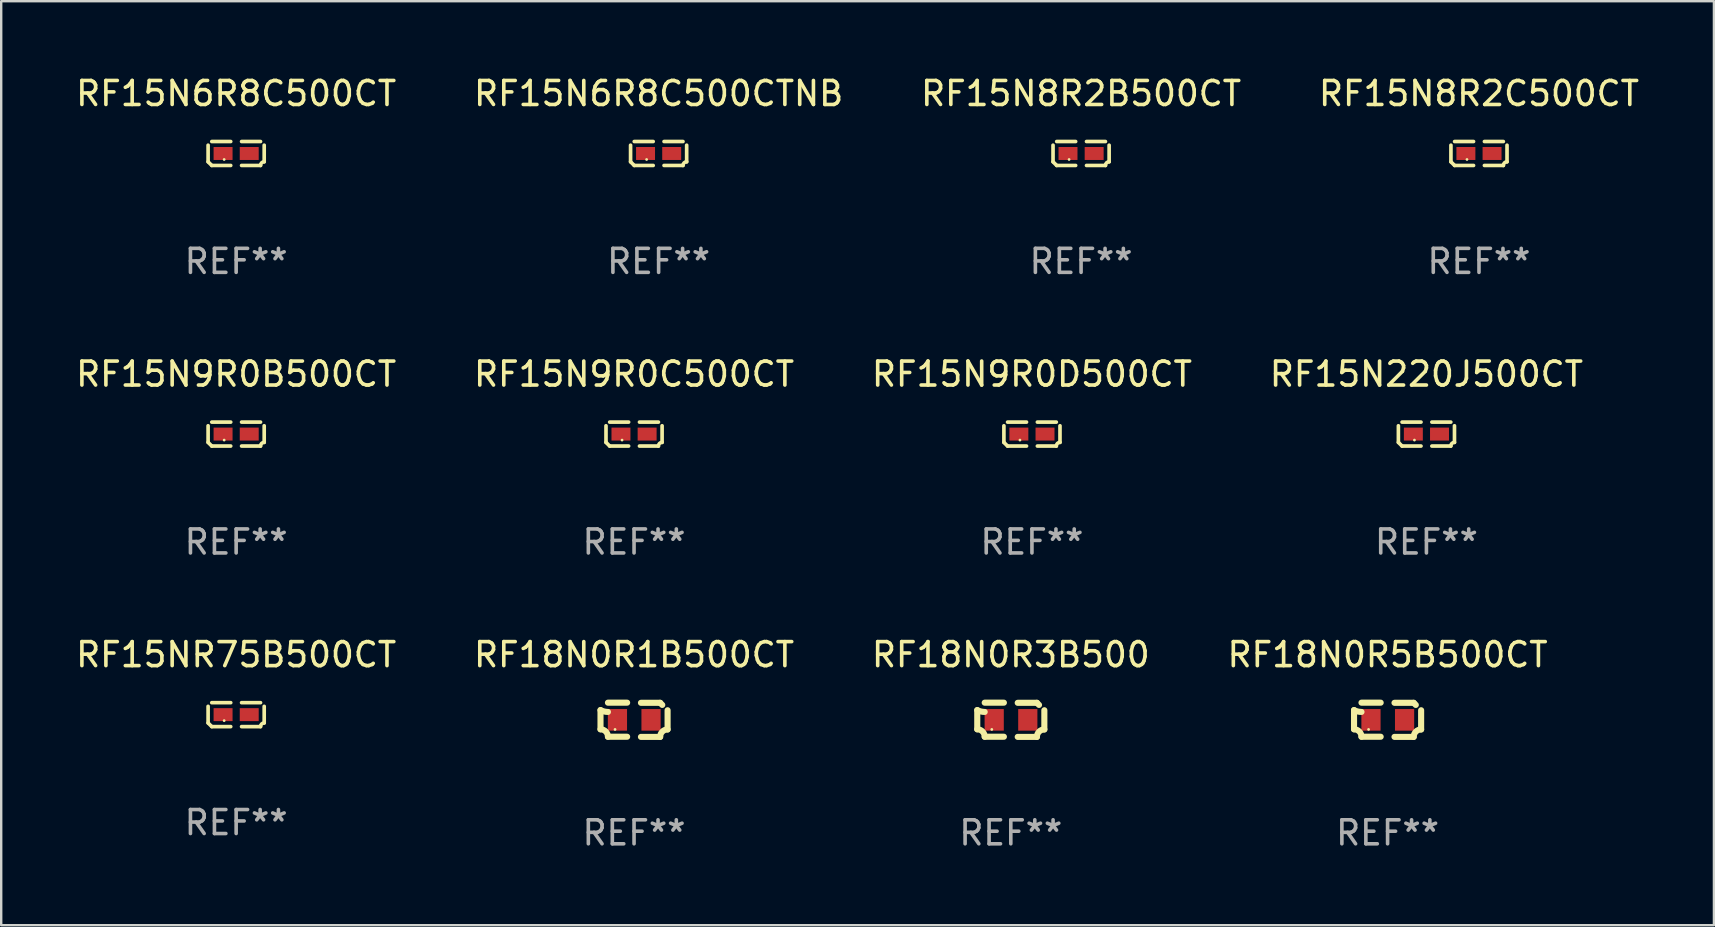
<source format=kicad_pcb>
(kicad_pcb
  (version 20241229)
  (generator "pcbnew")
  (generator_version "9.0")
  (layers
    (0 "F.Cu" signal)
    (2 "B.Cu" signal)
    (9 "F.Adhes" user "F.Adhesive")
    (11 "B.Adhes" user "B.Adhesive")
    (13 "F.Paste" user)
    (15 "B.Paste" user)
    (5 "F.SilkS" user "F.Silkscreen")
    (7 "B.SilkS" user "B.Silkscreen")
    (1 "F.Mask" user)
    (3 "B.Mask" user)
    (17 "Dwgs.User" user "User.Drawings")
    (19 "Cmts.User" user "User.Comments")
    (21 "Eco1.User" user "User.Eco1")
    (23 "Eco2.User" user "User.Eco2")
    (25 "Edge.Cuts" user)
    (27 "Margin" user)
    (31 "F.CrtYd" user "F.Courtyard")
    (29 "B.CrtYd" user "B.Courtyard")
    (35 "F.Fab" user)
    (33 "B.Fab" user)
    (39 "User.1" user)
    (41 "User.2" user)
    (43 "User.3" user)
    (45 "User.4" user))
  (footprint "RF15N9R0C500CT"
    (layer "F.Cu")
    (at 23.375 15.041)
    (property "Reference" "RF15N9R0C500CT" (at 0 -2.499 0) (layer "F.SilkS") (effects (font (size 1 1) (thickness 0.15))))
    (attr through_hole)
    (fp_line (start -1.169 0.346) (end -1.169 -0.346) (stroke (width 0.152) (type solid)) (layer "F.SilkS"))
    (fp_line (start -1.016 -0.499) (end -0.226 -0.499) (stroke (width 0.152) (type solid)) (layer "F.SilkS"))
    (fp_line (start -0.226 0.499) (end -1.016 0.499) (stroke (width 0.152) (type solid)) (layer "F.SilkS"))
    (fp_line (start 0.226 0.499) (end 1.016 0.499) (stroke (width 0.152) (type solid)) (layer "F.SilkS"))
    (fp_line (start 1.016 -0.499) (end 0.226 -0.499) (stroke (width 0.152) (type solid)) (layer "F.SilkS"))
    (fp_line (start 1.169 0.346) (end 1.169 -0.346) (stroke (width 0.152) (type solid)) (layer "F.SilkS"))
    (fp_arc (start -1.016307 0.498603) (mid -1.092512 0.422405) (end -1.16871 0.3462) (stroke (width 0.1524) (type solid)) (layer "F.SilkS"))
    (fp_arc (start 1.016307 0.498603) (mid 1.060899 0.390758) (end 1.168707 0.346076) (stroke (width 0.1524) (type solid)) (layer "F.SilkS"))
    (fp_circle (center -0.5 0.25) (end -0.47 0.25) (stroke (width 0.06) (type solid)) (fill no) (layer "F.SilkS"))
    (fp_text user "REF**" (at 0 4.499 0) (layer "F.Fab") (effects (font (size 1 1) (thickness 0.15))))
    (pad "1" smd rect (at -0.545 0) (size 0.79 0.54) (layers "F.Cu" "F.Mask" "F.Paste"))
    (pad "2" smd rect (at 0.545 0) (size 0.79 0.54) (layers "F.Cu" "F.Mask" "F.Paste")))
  (footprint "RF18N0R1B500CT"
    (layer "F.Cu")
    (at 23.375 26.948)
    (property "Reference" "RF18N0R1B500CT" (at 0 -2.713 0) (layer "F.SilkS") (effects (font (size 1 1) (thickness 0.15))))
    (attr through_hole)
    (fp_line (start -1.398 -0.403) (end -1.398 0.397) (stroke (width 0.254) (type solid)) (layer "F.SilkS"))
    (fp_line (start -0.288 -0.713) (end -1.088 -0.713) (stroke (width 0.254) (type solid)) (layer "F.SilkS"))
    (fp_line (start -0.288 0.707) (end -1.088 0.707) (stroke (width 0.254) (type solid)) (layer "F.SilkS"))
    (fp_line (start 0.288 -0.707) (end 1.088 -0.707) (stroke (width 0.254) (type solid)) (layer "F.SilkS"))
    (fp_line (start 0.288 0.713) (end 1.088 0.713) (stroke (width 0.254) (type solid)) (layer "F.SilkS"))
    (fp_line (start 1.398 -0.397) (end 1.398 0.403) (stroke (width 0.254) (type solid)) (layer "F.SilkS"))
    (fp_arc (start -1.397789 0.397066) (mid -1.178701 0.487826) (end -1.08796 0.706922) (stroke (width 0.254001) (type solid)) (layer "F.SilkS"))
    (fp_arc (start -1.08796 -0.327176) (mid -1.247436 -0.346384) (end -1.39779 -0.402908) (stroke (width 0.254001) (type solid)) (layer "F.SilkS"))
    (fp_arc (start 1.087909 0.712738) (mid 1.178656 0.493655) (end 1.397739 0.402908) (stroke (width 0.254001) (type solid)) (layer "F.SilkS"))
    (fp_arc (start 1.175925 -0.618926) (mid 1.131917 -0.662923) (end 1.08791 -0.706922) (stroke (width 0.254001) (type solid)) (layer "F.SilkS"))
    (fp_circle (center -0.792 0.403) (end -0.762 0.403) (stroke (width 0.06) (type solid)) (fill no) (layer "F.SilkS"))
    (fp_text user "REF**" (at 0 4.713 0) (layer "F.Fab") (effects (font (size 1 1) (thickness 0.15))))
    (pad "1" smd rect (at -0.692 0.003) (size 0.8 0.9) (layers "F.Cu" "F.Mask" "F.Paste"))
    (pad "2" smd rect (at 0.708 0.003) (size 0.8 0.9) (layers "F.Cu" "F.Mask" "F.Paste")))
  (footprint "RF15NR75B500CT"
    (layer "F.Cu")
    (at 6.792 26.734)
    (property "Reference" "RF15NR75B500CT" (at 0 -2.499 0) (layer "F.SilkS") (effects (font (size 1 1) (thickness 0.15))))
    (attr through_hole)
    (fp_line (start -1.169 0.346) (end -1.169 -0.346) (stroke (width 0.152) (type solid)) (layer "F.SilkS"))
    (fp_line (start -1.016 -0.499) (end -0.226 -0.499) (stroke (width 0.152) (type solid)) (layer "F.SilkS"))
    (fp_line (start -0.226 0.499) (end -1.016 0.499) (stroke (width 0.152) (type solid)) (layer "F.SilkS"))
    (fp_line (start 0.226 0.499) (end 1.016 0.499) (stroke (width 0.152) (type solid)) (layer "F.SilkS"))
    (fp_line (start 1.016 -0.499) (end 0.226 -0.499) (stroke (width 0.152) (type solid)) (layer "F.SilkS"))
    (fp_line (start 1.169 0.346) (end 1.169 -0.346) (stroke (width 0.152) (type solid)) (layer "F.SilkS"))
    (fp_arc (start -1.016307 0.498603) (mid -1.092512 0.422405) (end -1.16871 0.3462) (stroke (width 0.1524) (type solid)) (layer "F.SilkS"))
    (fp_arc (start 1.016307 0.498603) (mid 1.060899 0.390758) (end 1.168707 0.346076) (stroke (width 0.1524) (type solid)) (layer "F.SilkS"))
    (fp_circle (center -0.5 0.25) (end -0.47 0.25) (stroke (width 0.06) (type solid)) (fill no) (layer "F.SilkS"))
    (fp_text user "REF**" (at 0 4.499 0) (layer "F.Fab") (effects (font (size 1 1) (thickness 0.15))))
    (pad "1" smd rect (at -0.545 0) (size 0.79 0.54) (layers "F.Cu" "F.Mask" "F.Paste"))
    (pad "2" smd rect (at 0.545 0) (size 0.79 0.54) (layers "F.Cu" "F.Mask" "F.Paste")))
  (footprint "RF15N220J500CT"
    (layer "F.Cu")
    (at 56.399 15.041)
    (property "Reference" "RF15N220J500CT" (at 0 -2.499 0) (layer "F.SilkS") (effects (font (size 1 1) (thickness 0.15))))
    (attr through_hole)
    (fp_line (start -1.169 0.346) (end -1.169 -0.346) (stroke (width 0.152) (type solid)) (layer "F.SilkS"))
    (fp_line (start -1.016 -0.499) (end -0.226 -0.499) (stroke (width 0.152) (type solid)) (layer "F.SilkS"))
    (fp_line (start -0.226 0.499) (end -1.016 0.499) (stroke (width 0.152) (type solid)) (layer "F.SilkS"))
    (fp_line (start 0.226 0.499) (end 1.016 0.499) (stroke (width 0.152) (type solid)) (layer "F.SilkS"))
    (fp_line (start 1.016 -0.499) (end 0.226 -0.499) (stroke (width 0.152) (type solid)) (layer "F.SilkS"))
    (fp_line (start 1.169 0.346) (end 1.169 -0.346) (stroke (width 0.152) (type solid)) (layer "F.SilkS"))
    (fp_arc (start -1.016307 0.498603) (mid -1.092512 0.422405) (end -1.16871 0.3462) (stroke (width 0.1524) (type solid)) (layer "F.SilkS"))
    (fp_arc (start 1.016307 0.498603) (mid 1.060899 0.390758) (end 1.168707 0.346076) (stroke (width 0.1524) (type solid)) (layer "F.SilkS"))
    (fp_circle (center -0.5 0.25) (end -0.47 0.25) (stroke (width 0.06) (type solid)) (fill no) (layer "F.SilkS"))
    (fp_text user "REF**" (at 0 4.499 0) (layer "F.Fab") (effects (font (size 1 1) (thickness 0.15))))
    (pad "1" smd rect (at -0.545 0) (size 0.79 0.54) (layers "F.Cu" "F.Mask" "F.Paste"))
    (pad "2" smd rect (at 0.545 0) (size 0.79 0.54) (layers "F.Cu" "F.Mask" "F.Paste")))
  (footprint "RF15N9R0D500CT"
    (layer "F.Cu")
    (at 39.958 15.041)
    (property "Reference" "RF15N9R0D500CT" (at 0 -2.499 0) (layer "F.SilkS") (effects (font (size 1 1) (thickness 0.15))))
    (attr through_hole)
    (fp_line (start -1.169 0.346) (end -1.169 -0.346) (stroke (width 0.152) (type solid)) (layer "F.SilkS"))
    (fp_line (start -1.016 -0.499) (end -0.226 -0.499) (stroke (width 0.152) (type solid)) (layer "F.SilkS"))
    (fp_line (start -0.226 0.499) (end -1.016 0.499) (stroke (width 0.152) (type solid)) (layer "F.SilkS"))
    (fp_line (start 0.226 0.499) (end 1.016 0.499) (stroke (width 0.152) (type solid)) (layer "F.SilkS"))
    (fp_line (start 1.016 -0.499) (end 0.226 -0.499) (stroke (width 0.152) (type solid)) (layer "F.SilkS"))
    (fp_line (start 1.169 0.346) (end 1.169 -0.346) (stroke (width 0.152) (type solid)) (layer "F.SilkS"))
    (fp_arc (start -1.016307 0.498603) (mid -1.092512 0.422405) (end -1.16871 0.3462) (stroke (width 0.1524) (type solid)) (layer "F.SilkS"))
    (fp_arc (start 1.016307 0.498603) (mid 1.060899 0.390758) (end 1.168707 0.346076) (stroke (width 0.1524) (type solid)) (layer "F.SilkS"))
    (fp_circle (center -0.5 0.25) (end -0.47 0.25) (stroke (width 0.06) (type solid)) (fill no) (layer "F.SilkS"))
    (fp_text user "REF**" (at 0 4.499 0) (layer "F.Fab") (effects (font (size 1 1) (thickness 0.15))))
    (pad "1" smd rect (at -0.545 0) (size 0.79 0.54) (layers "F.Cu" "F.Mask" "F.Paste"))
    (pad "2" smd rect (at 0.545 0) (size 0.79 0.54) (layers "F.Cu" "F.Mask" "F.Paste")))
  (footprint "RF15N8R2C500CT"
    (layer "F.Cu")
    (at 58.589 3.347)
    (property "Reference" "RF15N8R2C500CT" (at 0 -2.499 0) (layer "F.SilkS") (effects (font (size 1 1) (thickness 0.15))))
    (attr through_hole)
    (fp_line (start -1.169 0.346) (end -1.169 -0.346) (stroke (width 0.152) (type solid)) (layer "F.SilkS"))
    (fp_line (start -1.016 -0.499) (end -0.226 -0.499) (stroke (width 0.152) (type solid)) (layer "F.SilkS"))
    (fp_line (start -0.226 0.499) (end -1.016 0.499) (stroke (width 0.152) (type solid)) (layer "F.SilkS"))
    (fp_line (start 0.226 0.499) (end 1.016 0.499) (stroke (width 0.152) (type solid)) (layer "F.SilkS"))
    (fp_line (start 1.016 -0.499) (end 0.226 -0.499) (stroke (width 0.152) (type solid)) (layer "F.SilkS"))
    (fp_line (start 1.169 0.346) (end 1.169 -0.346) (stroke (width 0.152) (type solid)) (layer "F.SilkS"))
    (fp_arc (start -1.016307 0.498603) (mid -1.092512 0.422405) (end -1.16871 0.3462) (stroke (width 0.1524) (type solid)) (layer "F.SilkS"))
    (fp_arc (start 1.016307 0.498603) (mid 1.060899 0.390758) (end 1.168707 0.346076) (stroke (width 0.1524) (type solid)) (layer "F.SilkS"))
    (fp_circle (center -0.5 0.25) (end -0.47 0.25) (stroke (width 0.06) (type solid)) (fill no) (layer "F.SilkS"))
    (fp_text user "REF**" (at 0 4.499 0) (layer "F.Fab") (effects (font (size 1 1) (thickness 0.15))))
    (pad "1" smd rect (at -0.545 0) (size 0.79 0.54) (layers "F.Cu" "F.Mask" "F.Paste"))
    (pad "2" smd rect (at 0.545 0) (size 0.79 0.54) (layers "F.Cu" "F.Mask" "F.Paste")))
  (footprint "RF15N8R2B500CT"
    (layer "F.Cu")
    (at 42.006 3.347)
    (property "Reference" "RF15N8R2B500CT" (at 0 -2.499 0) (layer "F.SilkS") (effects (font (size 1 1) (thickness 0.15))))
    (attr through_hole)
    (fp_line (start -1.169 0.346) (end -1.169 -0.346) (stroke (width 0.152) (type solid)) (layer "F.SilkS"))
    (fp_line (start -1.016 -0.499) (end -0.226 -0.499) (stroke (width 0.152) (type solid)) (layer "F.SilkS"))
    (fp_line (start -0.226 0.499) (end -1.016 0.499) (stroke (width 0.152) (type solid)) (layer "F.SilkS"))
    (fp_line (start 0.226 0.499) (end 1.016 0.499) (stroke (width 0.152) (type solid)) (layer "F.SilkS"))
    (fp_line (start 1.016 -0.499) (end 0.226 -0.499) (stroke (width 0.152) (type solid)) (layer "F.SilkS"))
    (fp_line (start 1.169 0.346) (end 1.169 -0.346) (stroke (width 0.152) (type solid)) (layer "F.SilkS"))
    (fp_arc (start -1.016307 0.498603) (mid -1.092512 0.422405) (end -1.16871 0.3462) (stroke (width 0.1524) (type solid)) (layer "F.SilkS"))
    (fp_arc (start 1.016307 0.498603) (mid 1.060899 0.390758) (end 1.168707 0.346076) (stroke (width 0.1524) (type solid)) (layer "F.SilkS"))
    (fp_circle (center -0.5 0.25) (end -0.47 0.25) (stroke (width 0.06) (type solid)) (fill no) (layer "F.SilkS"))
    (fp_text user "REF**" (at 0 4.499 0) (layer "F.Fab") (effects (font (size 1 1) (thickness 0.15))))
    (pad "1" smd rect (at -0.545 0) (size 0.79 0.54) (layers "F.Cu" "F.Mask" "F.Paste"))
    (pad "2" smd rect (at 0.545 0) (size 0.79 0.54) (layers "F.Cu" "F.Mask" "F.Paste")))
  (footprint "RF18N0R5B500CT"
    (layer "F.Cu")
    (at 54.78 26.948)
    (property "Reference" "RF18N0R5B500CT" (at 0 -2.713 0) (layer "F.SilkS") (effects (font (size 1 1) (thickness 0.15))))
    (attr through_hole)
    (fp_line (start -1.398 -0.403) (end -1.398 0.397) (stroke (width 0.254) (type solid)) (layer "F.SilkS"))
    (fp_line (start -0.288 -0.713) (end -1.088 -0.713) (stroke (width 0.254) (type solid)) (layer "F.SilkS"))
    (fp_line (start -0.288 0.707) (end -1.088 0.707) (stroke (width 0.254) (type solid)) (layer "F.SilkS"))
    (fp_line (start 0.288 -0.707) (end 1.088 -0.707) (stroke (width 0.254) (type solid)) (layer "F.SilkS"))
    (fp_line (start 0.288 0.713) (end 1.088 0.713) (stroke (width 0.254) (type solid)) (layer "F.SilkS"))
    (fp_line (start 1.398 -0.397) (end 1.398 0.403) (stroke (width 0.254) (type solid)) (layer "F.SilkS"))
    (fp_arc (start -1.397789 0.397066) (mid -1.178701 0.487826) (end -1.08796 0.706922) (stroke (width 0.254001) (type solid)) (layer "F.SilkS"))
    (fp_arc (start -1.08796 -0.327176) (mid -1.247436 -0.346384) (end -1.39779 -0.402908) (stroke (width 0.254001) (type solid)) (layer "F.SilkS"))
    (fp_arc (start 1.087909 0.712738) (mid 1.178656 0.493655) (end 1.397739 0.402908) (stroke (width 0.254001) (type solid)) (layer "F.SilkS"))
    (fp_arc (start 1.175925 -0.618926) (mid 1.131917 -0.662923) (end 1.08791 -0.706922) (stroke (width 0.254001) (type solid)) (layer "F.SilkS"))
    (fp_circle (center -0.792 0.403) (end -0.762 0.403) (stroke (width 0.06) (type solid)) (fill no) (layer "F.SilkS"))
    (fp_text user "REF**" (at 0 4.713 0) (layer "F.Fab") (effects (font (size 1 1) (thickness 0.15))))
    (pad "1" smd rect (at -0.692 0.003) (size 0.8 0.9) (layers "F.Cu" "F.Mask" "F.Paste"))
    (pad "2" smd rect (at 0.708 0.003) (size 0.8 0.9) (layers "F.Cu" "F.Mask" "F.Paste")))
  (footprint "RF18N0R3B500"
    (layer "F.Cu")
    (at 39.077 26.948)
    (property "Reference" "RF18N0R3B500" (at 0 -2.713 0) (layer "F.SilkS") (effects (font (size 1 1) (thickness 0.15))))
    (attr through_hole)
    (fp_line (start -1.398 -0.403) (end -1.398 0.397) (stroke (width 0.254) (type solid)) (layer "F.SilkS"))
    (fp_line (start -0.288 -0.713) (end -1.088 -0.713) (stroke (width 0.254) (type solid)) (layer "F.SilkS"))
    (fp_line (start -0.288 0.707) (end -1.088 0.707) (stroke (width 0.254) (type solid)) (layer "F.SilkS"))
    (fp_line (start 0.288 -0.707) (end 1.088 -0.707) (stroke (width 0.254) (type solid)) (layer "F.SilkS"))
    (fp_line (start 0.288 0.713) (end 1.088 0.713) (stroke (width 0.254) (type solid)) (layer "F.SilkS"))
    (fp_line (start 1.398 -0.397) (end 1.398 0.403) (stroke (width 0.254) (type solid)) (layer "F.SilkS"))
    (fp_arc (start -1.397789 0.397066) (mid -1.178701 0.487826) (end -1.08796 0.706922) (stroke (width 0.254001) (type solid)) (layer "F.SilkS"))
    (fp_arc (start -1.08796 -0.327176) (mid -1.247436 -0.346384) (end -1.39779 -0.402908) (stroke (width 0.254001) (type solid)) (layer "F.SilkS"))
    (fp_arc (start 1.087909 0.712738) (mid 1.178656 0.493655) (end 1.397739 0.402908) (stroke (width 0.254001) (type solid)) (layer "F.SilkS"))
    (fp_arc (start 1.175925 -0.618926) (mid 1.131917 -0.662923) (end 1.08791 -0.706922) (stroke (width 0.254001) (type solid)) (layer "F.SilkS"))
    (fp_circle (center -0.792 0.403) (end -0.762 0.403) (stroke (width 0.06) (type solid)) (fill no) (layer "F.SilkS"))
    (fp_text user "REF**" (at 0 4.713 0) (layer "F.Fab") (effects (font (size 1 1) (thickness 0.15))))
    (pad "1" smd rect (at -0.692 0.003) (size 0.8 0.9) (layers "F.Cu" "F.Mask" "F.Paste"))
    (pad "2" smd rect (at 0.708 0.003) (size 0.8 0.9) (layers "F.Cu" "F.Mask" "F.Paste")))
  (footprint "RF15N6R8C500CTNB"
    (layer "F.Cu")
    (at 24.399 3.347)
    (property "Reference" "RF15N6R8C500CTNB" (at 0 -2.499 0) (layer "F.SilkS") (effects (font (size 1 1) (thickness 0.15))))
    (attr through_hole)
    (fp_line (start -1.169 0.346) (end -1.169 -0.346) (stroke (width 0.152) (type solid)) (layer "F.SilkS"))
    (fp_line (start -1.016 -0.499) (end -0.226 -0.499) (stroke (width 0.152) (type solid)) (layer "F.SilkS"))
    (fp_line (start -0.226 0.499) (end -1.016 0.499) (stroke (width 0.152) (type solid)) (layer "F.SilkS"))
    (fp_line (start 0.226 0.499) (end 1.016 0.499) (stroke (width 0.152) (type solid)) (layer "F.SilkS"))
    (fp_line (start 1.016 -0.499) (end 0.226 -0.499) (stroke (width 0.152) (type solid)) (layer "F.SilkS"))
    (fp_line (start 1.169 0.346) (end 1.169 -0.346) (stroke (width 0.152) (type solid)) (layer "F.SilkS"))
    (fp_arc (start -1.016307 0.498603) (mid -1.092512 0.422405) (end -1.16871 0.3462) (stroke (width 0.1524) (type solid)) (layer "F.SilkS"))
    (fp_arc (start 1.016307 0.498603) (mid 1.060899 0.390758) (end 1.168707 0.346076) (stroke (width 0.1524) (type solid)) (layer "F.SilkS"))
    (fp_circle (center -0.5 0.25) (end -0.47 0.25) (stroke (width 0.06) (type solid)) (fill no) (layer "F.SilkS"))
    (fp_text user "REF**" (at 0 4.499 0) (layer "F.Fab") (effects (font (size 1 1) (thickness 0.15))))
    (pad "1" smd rect (at -0.545 0) (size 0.79 0.54) (layers "F.Cu" "F.Mask" "F.Paste"))
    (pad "2" smd rect (at 0.545 0) (size 0.79 0.54) (layers "F.Cu" "F.Mask" "F.Paste")))
  (footprint "RF15N9R0B500CT"
    (layer "F.Cu")
    (at 6.792 15.041)
    (property "Reference" "RF15N9R0B500CT" (at 0 -2.499 0) (layer "F.SilkS") (effects (font (size 1 1) (thickness 0.15))))
    (attr through_hole)
    (fp_line (start -1.169 0.346) (end -1.169 -0.346) (stroke (width 0.152) (type solid)) (layer "F.SilkS"))
    (fp_line (start -1.016 -0.499) (end -0.226 -0.499) (stroke (width 0.152) (type solid)) (layer "F.SilkS"))
    (fp_line (start -0.226 0.499) (end -1.016 0.499) (stroke (width 0.152) (type solid)) (layer "F.SilkS"))
    (fp_line (start 0.226 0.499) (end 1.016 0.499) (stroke (width 0.152) (type solid)) (layer "F.SilkS"))
    (fp_line (start 1.016 -0.499) (end 0.226 -0.499) (stroke (width 0.152) (type solid)) (layer "F.SilkS"))
    (fp_line (start 1.169 0.346) (end 1.169 -0.346) (stroke (width 0.152) (type solid)) (layer "F.SilkS"))
    (fp_arc (start -1.016307 0.498603) (mid -1.092512 0.422405) (end -1.16871 0.3462) (stroke (width 0.1524) (type solid)) (layer "F.SilkS"))
    (fp_arc (start 1.016307 0.498603) (mid 1.060899 0.390758) (end 1.168707 0.346076) (stroke (width 0.1524) (type solid)) (layer "F.SilkS"))
    (fp_circle (center -0.5 0.25) (end -0.47 0.25) (stroke (width 0.06) (type solid)) (fill no) (layer "F.SilkS"))
    (fp_text user "REF**" (at 0 4.499 0) (layer "F.Fab") (effects (font (size 1 1) (thickness 0.15))))
    (pad "1" smd rect (at -0.545 0) (size 0.79 0.54) (layers "F.Cu" "F.Mask" "F.Paste"))
    (pad "2" smd rect (at 0.545 0) (size 0.79 0.54) (layers "F.Cu" "F.Mask" "F.Paste")))
  (footprint "RF15N6R8C500CT"
    (layer "F.Cu")
    (at 6.792 3.347)
    (property "Reference" "RF15N6R8C500CT" (at 0 -2.499 0) (layer "F.SilkS") (effects (font (size 1 1) (thickness 0.15))))
    (attr through_hole)
    (fp_line (start -1.169 0.346) (end -1.169 -0.346) (stroke (width 0.152) (type solid)) (layer "F.SilkS"))
    (fp_line (start -1.016 -0.499) (end -0.226 -0.499) (stroke (width 0.152) (type solid)) (layer "F.SilkS"))
    (fp_line (start -0.226 0.499) (end -1.016 0.499) (stroke (width 0.152) (type solid)) (layer "F.SilkS"))
    (fp_line (start 0.226 0.499) (end 1.016 0.499) (stroke (width 0.152) (type solid)) (layer "F.SilkS"))
    (fp_line (start 1.016 -0.499) (end 0.226 -0.499) (stroke (width 0.152) (type solid)) (layer "F.SilkS"))
    (fp_line (start 1.169 0.346) (end 1.169 -0.346) (stroke (width 0.152) (type solid)) (layer "F.SilkS"))
    (fp_arc (start -1.016307 0.498603) (mid -1.092512 0.422405) (end -1.16871 0.3462) (stroke (width 0.1524) (type solid)) (layer "F.SilkS"))
    (fp_arc (start 1.016307 0.498603) (mid 1.060899 0.390758) (end 1.168707 0.346076) (stroke (width 0.1524) (type solid)) (layer "F.SilkS"))
    (fp_circle (center -0.5 0.25) (end -0.47 0.25) (stroke (width 0.06) (type solid)) (fill no) (layer "F.SilkS"))
    (fp_text user "REF**" (at 0 4.499 0) (layer "F.Fab") (effects (font (size 1 1) (thickness 0.15))))
    (pad "1" smd rect (at -0.545 0) (size 0.79 0.54) (layers "F.Cu" "F.Mask" "F.Paste"))
    (pad "2" smd rect (at 0.545 0) (size 0.79 0.54) (layers "F.Cu" "F.Mask" "F.Paste")))
  (gr_rect
    (start -3 -3)
    (end 68.381 35.509)
    (stroke (width 0.1) (type default))
    (fill no)
    (layer "Edge.Cuts")))
</source>
